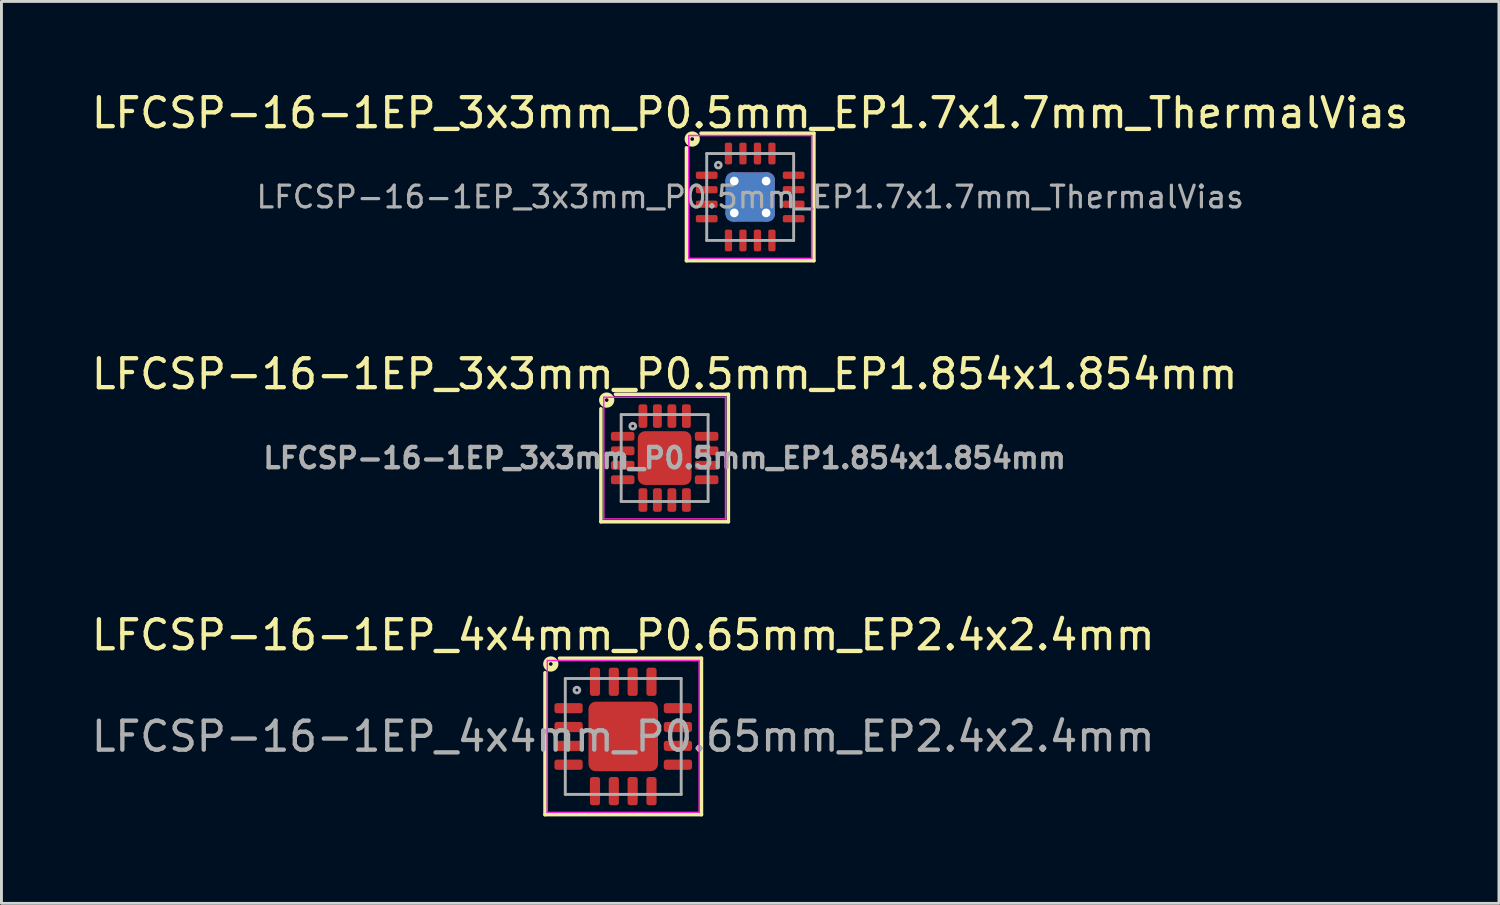
<source format=kicad_pcb>
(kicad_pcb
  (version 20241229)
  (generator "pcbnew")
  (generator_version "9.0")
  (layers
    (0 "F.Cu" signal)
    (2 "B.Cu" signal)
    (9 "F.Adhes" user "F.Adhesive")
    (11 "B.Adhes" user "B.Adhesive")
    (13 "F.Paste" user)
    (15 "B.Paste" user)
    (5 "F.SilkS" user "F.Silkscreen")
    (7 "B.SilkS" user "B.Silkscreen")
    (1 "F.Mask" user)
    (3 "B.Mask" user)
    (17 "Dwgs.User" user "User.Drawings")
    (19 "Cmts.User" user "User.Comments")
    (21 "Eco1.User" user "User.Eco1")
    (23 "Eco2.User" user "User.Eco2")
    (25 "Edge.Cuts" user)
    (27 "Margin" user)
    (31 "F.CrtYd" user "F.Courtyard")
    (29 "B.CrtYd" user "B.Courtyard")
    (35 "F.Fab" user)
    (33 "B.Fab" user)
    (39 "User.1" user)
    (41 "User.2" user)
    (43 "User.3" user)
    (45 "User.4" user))
  (footprint "LFCSP-16-1EP_3x3mm_P0.5mm_EP1.7x1.7mm_ThermalVias"
    (layer "F.Cu")
    (at 22.839 3.748)
    (property "Reference" "LFCSP-16-1EP_3x3mm_P0.5mm_EP1.7x1.7mm_ThermalVias" (at 0 -2.9 0) (layer "F.SilkS") (effects (font (size 1 1) (thickness 0.15))))
    (attr smd)
    (fp_line (start -2.2 2.2) (end -2.2 -1.7) (stroke (width 0.12) (type solid)) (layer "F.SilkS"))
    (fp_line (start 2.2 -2.2) (end -1.7 -2.2) (stroke (width 0.12) (type solid)) (layer "F.SilkS"))
    (fp_line (start 2.2 -2.2) (end 2.2 2.2) (stroke (width 0.12) (type solid)) (layer "F.SilkS"))
    (fp_line (start 2.2 2.2) (end -2.2 2.2) (stroke (width 0.12) (type solid)) (layer "F.SilkS"))
    (fp_circle (center -2 -2) (end -1.937 -2) (stroke (width 0.2) (type solid)) (fill no) (layer "F.SilkS"))
    (fp_line (start -2.12 -2.12) (end -2.12 2.12) (stroke (width 0.05) (type solid)) (layer "F.CrtYd"))
    (fp_line (start -2.12 2.12) (end 2.12 2.12) (stroke (width 0.05) (type solid)) (layer "F.CrtYd"))
    (fp_line (start 2.12 -2.12) (end -2.12 -2.12) (stroke (width 0.05) (type solid)) (layer "F.CrtYd"))
    (fp_line (start 2.12 2.12) (end 2.12 -2.12) (stroke (width 0.05) (type solid)) (layer "F.CrtYd"))
    (fp_line (start -1.5 -1.5) (end 1.5 -1.5) (stroke (width 0.1) (type solid)) (layer "F.Fab"))
    (fp_line (start -1.5 1.5) (end -1.5 -1.5) (stroke (width 0.1) (type solid)) (layer "F.Fab"))
    (fp_line (start 1.5 -1.5) (end 1.5 1.5) (stroke (width 0.1) (type solid)) (layer "F.Fab"))
    (fp_line (start 1.5 1.5) (end -1.5 1.5) (stroke (width 0.1) (type solid)) (layer "F.Fab"))
    (fp_circle (center -1.1 -1.1) (end -1 -1.1) (stroke (width 0.1) (type solid)) (fill no) (layer "F.Fab"))
    (fp_text user "${REFERENCE}" (at 0 0 0) (layer "F.Fab") (effects (font (size 0.75 0.75) (thickness 0.11))))
    (pad "" smd roundrect (at -0.425 -0.425) (size 0.74 0.74) (layers "F.Paste") (roundrect_rratio 0.25))
    (pad "" smd roundrect (at -0.425 0.425) (size 0.74 0.74) (layers "F.Paste") (roundrect_rratio 0.25))
    (pad "" smd roundrect (at 0.425 -0.425) (size 0.74 0.74) (layers "F.Paste") (roundrect_rratio 0.25))
    (pad "" smd roundrect (at 0.425 0.425) (size 0.74 0.74) (layers "F.Paste") (roundrect_rratio 0.25))
    (pad "1" smd roundrect (at -1.5 -0.75) (size 0.75 0.25) (layers "F.Cu" "F.Mask" "F.Paste") (roundrect_rratio 0.25))
    (pad "2" smd roundrect (at -1.5 -0.25) (size 0.75 0.25) (layers "F.Cu" "F.Mask" "F.Paste") (roundrect_rratio 0.25))
    (pad "3" smd roundrect (at -1.5 0.25) (size 0.75 0.25) (layers "F.Cu" "F.Mask" "F.Paste") (roundrect_rratio 0.25))
    (pad "4" smd roundrect (at -1.5 0.75) (size 0.75 0.25) (layers "F.Cu" "F.Mask" "F.Paste") (roundrect_rratio 0.25))
    (pad "5" smd roundrect (at -0.75 1.5) (size 0.25 0.75) (layers "F.Cu" "F.Mask" "F.Paste") (roundrect_rratio 0.25))
    (pad "6" smd roundrect (at -0.25 1.5) (size 0.25 0.75) (layers "F.Cu" "F.Mask" "F.Paste") (roundrect_rratio 0.25))
    (pad "7" smd roundrect (at 0.25 1.5) (size 0.25 0.75) (layers "F.Cu" "F.Mask" "F.Paste") (roundrect_rratio 0.25))
    (pad "8" smd roundrect (at 0.75 1.5) (size 0.25 0.75) (layers "F.Cu" "F.Mask" "F.Paste") (roundrect_rratio 0.25))
    (pad "9" smd roundrect (at 1.5 0.75) (size 0.75 0.25) (layers "F.Cu" "F.Mask" "F.Paste") (roundrect_rratio 0.25))
    (pad "10" smd roundrect (at 1.5 0.25) (size 0.75 0.25) (layers "F.Cu" "F.Mask" "F.Paste") (roundrect_rratio 0.25))
    (pad "11" smd roundrect (at 1.5 -0.25) (size 0.75 0.25) (layers "F.Cu" "F.Mask" "F.Paste") (roundrect_rratio 0.25))
    (pad "12" smd roundrect (at 1.5 -0.75) (size 0.75 0.25) (layers "F.Cu" "F.Mask" "F.Paste") (roundrect_rratio 0.25))
    (pad "13" smd roundrect (at 0.75 -1.5) (size 0.25 0.75) (layers "F.Cu" "F.Mask" "F.Paste") (roundrect_rratio 0.25))
    (pad "14" smd roundrect (at 0.25 -1.5) (size 0.25 0.75) (layers "F.Cu" "F.Mask" "F.Paste") (roundrect_rratio 0.25))
    (pad "15" smd roundrect (at -0.25 -1.5) (size 0.25 0.75) (layers "F.Cu" "F.Mask" "F.Paste") (roundrect_rratio 0.25))
    (pad "16" smd roundrect (at -0.75 -1.5) (size 0.25 0.75) (layers "F.Cu" "F.Mask" "F.Paste") (roundrect_rratio 0.25))
    (pad "17" thru_hole circle (at -0.55 -0.55) (size 0.6 0.6) (drill 0.3) (property pad_prop_heatsink) (layers "*.Cu"))
    (pad "17" thru_hole circle (at -0.55 0.55) (size 0.6 0.6) (drill 0.3) (property pad_prop_heatsink) (layers "*.Cu"))
    (pad "17" smd roundrect (at 0 0) (size 1.7 1.7) (layers "F.Cu" "F.Mask") (roundrect_rratio 0.147))
    (pad "17" smd roundrect (at 0 0) (size 1.7 1.7) (layers "B.Cu" "B.Mask") (roundrect_rratio 0.147))
    (pad "17" thru_hole circle (at 0.55 -0.55) (size 0.6 0.6) (drill 0.3) (property pad_prop_heatsink) (layers "*.Cu"))
    (pad "17" thru_hole circle (at 0.55 0.55) (size 0.6 0.6) (drill 0.3) (property pad_prop_heatsink) (layers "*.Cu")))
  (footprint "LFCSP-16-1EP_3x3mm_P0.5mm_EP1.854x1.854mm"
    (layer "F.Cu")
    (at 19.887 12.757)
    (property "Reference" "LFCSP-16-1EP_3x3mm_P0.5mm_EP1.854x1.854mm" (at 0 -2.9 0) (layer "F.SilkS") (effects (font (size 1 1) (thickness 0.15))))
    (attr smd)
    (fp_line (start -2.2 2.2) (end -2.2 -1.7) (stroke (width 0.12) (type solid)) (layer "F.SilkS"))
    (fp_line (start 2.2 -2.2) (end -1.7 -2.2) (stroke (width 0.12) (type solid)) (layer "F.SilkS"))
    (fp_line (start 2.2 -2.2) (end 2.2 2.2) (stroke (width 0.12) (type solid)) (layer "F.SilkS"))
    (fp_line (start 2.2 2.2) (end -2.2 2.2) (stroke (width 0.12) (type solid)) (layer "F.SilkS"))
    (fp_circle (center -2 -2) (end -1.937 -2) (stroke (width 0.2) (type solid)) (fill no) (layer "F.SilkS"))
    (fp_line (start -2.1 -2.1) (end -2.1 2.1) (stroke (width 0.05) (type solid)) (layer "F.CrtYd"))
    (fp_line (start -2.1 -2.1) (end 2.1 -2.1) (stroke (width 0.05) (type solid)) (layer "F.CrtYd"))
    (fp_line (start -2.1 2.1) (end 2.1 2.1) (stroke (width 0.05) (type solid)) (layer "F.CrtYd"))
    (fp_line (start 2.1 -2.1) (end 2.1 2.1) (stroke (width 0.05) (type solid)) (layer "F.CrtYd"))
    (fp_line (start -1.5 -1.5) (end 1.5 -1.5) (stroke (width 0.1) (type solid)) (layer "F.Fab"))
    (fp_line (start -1.5 1.5) (end -1.5 -1.5) (stroke (width 0.1) (type solid)) (layer "F.Fab"))
    (fp_line (start 1.5 -1.5) (end 1.5 1.5) (stroke (width 0.1) (type solid)) (layer "F.Fab"))
    (fp_line (start 1.5 1.5) (end -1.5 1.5) (stroke (width 0.1) (type solid)) (layer "F.Fab"))
    (fp_circle (center -1.1 -1.1) (end -1 -1.1) (stroke (width 0.1) (type solid)) (fill no) (layer "F.Fab"))
    (fp_text user "${REFERENCE}" (at 0 0 0) (layer "F.Fab") (effects (font (size 0.7 0.7) (thickness 0.15))))
    (pad "" smd roundrect (at -0.45 -0.45) (size 0.7 0.7) (layers "F.Paste") (roundrect_rratio 0.25))
    (pad "" smd roundrect (at -0.45 0.45) (size 0.7 0.7) (layers "F.Paste") (roundrect_rratio 0.25))
    (pad "" smd roundrect (at 0.45 -0.45) (size 0.7 0.7) (layers "F.Paste") (roundrect_rratio 0.25))
    (pad "" smd roundrect (at 0.45 0.45) (size 0.7 0.7) (layers "F.Paste") (roundrect_rratio 0.25))
    (pad "1" smd roundrect (at -1.448 -0.75) (size 0.813 0.305) (layers "F.Cu" "F.Mask" "F.Paste") (roundrect_rratio 0.25))
    (pad "2" smd roundrect (at -1.448 -0.25) (size 0.813 0.305) (layers "F.Cu" "F.Mask" "F.Paste") (roundrect_rratio 0.25))
    (pad "3" smd roundrect (at -1.448 0.25) (size 0.813 0.305) (layers "F.Cu" "F.Mask" "F.Paste") (roundrect_rratio 0.25))
    (pad "4" smd roundrect (at -1.448 0.75) (size 0.813 0.305) (layers "F.Cu" "F.Mask" "F.Paste") (roundrect_rratio 0.25))
    (pad "5" smd roundrect (at -0.75 1.448) (size 0.305 0.813) (layers "F.Cu" "F.Mask" "F.Paste") (roundrect_rratio 0.25))
    (pad "6" smd roundrect (at -0.25 1.448) (size 0.305 0.813) (layers "F.Cu" "F.Mask" "F.Paste") (roundrect_rratio 0.25))
    (pad "7" smd roundrect (at 0.25 1.448) (size 0.305 0.813) (layers "F.Cu" "F.Mask" "F.Paste") (roundrect_rratio 0.25))
    (pad "8" smd roundrect (at 0.75 1.448) (size 0.305 0.813) (layers "F.Cu" "F.Mask" "F.Paste") (roundrect_rratio 0.25))
    (pad "9" smd roundrect (at 1.448 0.75) (size 0.813 0.305) (layers "F.Cu" "F.Mask" "F.Paste") (roundrect_rratio 0.25))
    (pad "10" smd roundrect (at 1.448 0.25) (size 0.813 0.305) (layers "F.Cu" "F.Mask" "F.Paste") (roundrect_rratio 0.25))
    (pad "11" smd roundrect (at 1.448 -0.25) (size 0.813 0.305) (layers "F.Cu" "F.Mask" "F.Paste") (roundrect_rratio 0.25))
    (pad "12" smd roundrect (at 1.448 -0.75) (size 0.813 0.305) (layers "F.Cu" "F.Mask" "F.Paste") (roundrect_rratio 0.25))
    (pad "13" smd roundrect (at 0.75 -1.448) (size 0.305 0.813) (layers "F.Cu" "F.Mask" "F.Paste") (roundrect_rratio 0.25))
    (pad "14" smd roundrect (at 0.25 -1.448) (size 0.305 0.813) (layers "F.Cu" "F.Mask" "F.Paste") (roundrect_rratio 0.25))
    (pad "15" smd roundrect (at -0.25 -1.448) (size 0.305 0.813) (layers "F.Cu" "F.Mask" "F.Paste") (roundrect_rratio 0.25))
    (pad "16" smd roundrect (at -0.75 -1.448) (size 0.305 0.813) (layers "F.Cu" "F.Mask" "F.Paste") (roundrect_rratio 0.25))
    (pad "17" smd roundrect (at 0 0) (size 1.854 1.854) (layers "F.Cu" "F.Mask") (roundrect_rratio 0.135)))
  (footprint "LFCSP-16-1EP_4x4mm_P0.65mm_EP2.4x2.4mm"
    (layer "F.Cu")
    (at 18.458 22.365)
    (property "Reference" "LFCSP-16-1EP_4x4mm_P0.65mm_EP2.4x2.4mm" (at 0 -3.5 0) (layer "F.SilkS") (effects (font (size 1 1) (thickness 0.15))))
    (attr smd)
    (fp_line (start -2.7 2.7) (end -2.7 -2.2) (stroke (width 0.12) (type solid)) (layer "F.SilkS"))
    (fp_line (start 2.7 -2.7) (end -2.2 -2.7) (stroke (width 0.12) (type solid)) (layer "F.SilkS"))
    (fp_line (start 2.7 -2.7) (end 2.7 2.7) (stroke (width 0.12) (type solid)) (layer "F.SilkS"))
    (fp_line (start 2.7 2.7) (end -2.7 2.7) (stroke (width 0.12) (type solid)) (layer "F.SilkS"))
    (fp_circle (center -2.5 -2.5) (end -2.437 -2.5) (stroke (width 0.2) (type solid)) (fill no) (layer "F.SilkS"))
    (fp_line (start -2.62 -2.62) (end -2.62 2.62) (stroke (width 0.05) (type solid)) (layer "F.CrtYd"))
    (fp_line (start -2.62 2.62) (end 2.62 2.62) (stroke (width 0.05) (type solid)) (layer "F.CrtYd"))
    (fp_line (start 2.62 -2.62) (end -2.62 -2.62) (stroke (width 0.05) (type solid)) (layer "F.CrtYd"))
    (fp_line (start 2.62 2.62) (end 2.62 -2.62) (stroke (width 0.05) (type solid)) (layer "F.CrtYd"))
    (fp_line (start -2 -2) (end 2 -2) (stroke (width 0.1) (type solid)) (layer "F.Fab"))
    (fp_line (start -2 2) (end -2 -2) (stroke (width 0.1) (type solid)) (layer "F.Fab"))
    (fp_line (start 2 -2) (end 2 2) (stroke (width 0.1) (type solid)) (layer "F.Fab"))
    (fp_line (start 2 2) (end -2 2) (stroke (width 0.1) (type solid)) (layer "F.Fab"))
    (fp_circle (center -1.6 -1.6) (end -1.5 -1.6) (stroke (width 0.1) (type solid)) (fill no) (layer "F.Fab"))
    (fp_text user "${REFERENCE}" (at 0 0 0) (layer "F.Fab") (effects (font (size 1 1) (thickness 0.15))))
    (pad "" smd roundrect (at -0.6 -0.6) (size 0.97 0.97) (layers "F.Paste") (roundrect_rratio 0.25))
    (pad "" smd roundrect (at -0.6 0.6) (size 0.97 0.97) (layers "F.Paste") (roundrect_rratio 0.25))
    (pad "" smd roundrect (at 0.6 -0.6) (size 0.97 0.97) (layers "F.Paste") (roundrect_rratio 0.25))
    (pad "" smd roundrect (at 0.6 0.6) (size 0.97 0.97) (layers "F.Paste") (roundrect_rratio 0.25))
    (pad "1" smd roundrect (at -1.887 -0.975) (size 0.975 0.35) (layers "F.Cu" "F.Mask" "F.Paste") (roundrect_rratio 0.25))
    (pad "2" smd roundrect (at -1.887 -0.325) (size 0.975 0.35) (layers "F.Cu" "F.Mask" "F.Paste") (roundrect_rratio 0.25))
    (pad "3" smd roundrect (at -1.887 0.325) (size 0.975 0.35) (layers "F.Cu" "F.Mask" "F.Paste") (roundrect_rratio 0.25))
    (pad "4" smd roundrect (at -1.887 0.975) (size 0.975 0.35) (layers "F.Cu" "F.Mask" "F.Paste") (roundrect_rratio 0.25))
    (pad "5" smd roundrect (at -0.975 1.887) (size 0.35 0.975) (layers "F.Cu" "F.Mask" "F.Paste") (roundrect_rratio 0.25))
    (pad "6" smd roundrect (at -0.325 1.887) (size 0.35 0.975) (layers "F.Cu" "F.Mask" "F.Paste") (roundrect_rratio 0.25))
    (pad "7" smd roundrect (at 0.325 1.887) (size 0.35 0.975) (layers "F.Cu" "F.Mask" "F.Paste") (roundrect_rratio 0.25))
    (pad "8" smd roundrect (at 0.975 1.887) (size 0.35 0.975) (layers "F.Cu" "F.Mask" "F.Paste") (roundrect_rratio 0.25))
    (pad "9" smd roundrect (at 1.887 0.975) (size 0.975 0.35) (layers "F.Cu" "F.Mask" "F.Paste") (roundrect_rratio 0.25))
    (pad "10" smd roundrect (at 1.887 0.325) (size 0.975 0.35) (layers "F.Cu" "F.Mask" "F.Paste") (roundrect_rratio 0.25))
    (pad "11" smd roundrect (at 1.887 -0.325) (size 0.975 0.35) (layers "F.Cu" "F.Mask" "F.Paste") (roundrect_rratio 0.25))
    (pad "12" smd roundrect (at 1.887 -0.975) (size 0.975 0.35) (layers "F.Cu" "F.Mask" "F.Paste") (roundrect_rratio 0.25))
    (pad "13" smd roundrect (at 0.975 -1.887) (size 0.35 0.975) (layers "F.Cu" "F.Mask" "F.Paste") (roundrect_rratio 0.25))
    (pad "14" smd roundrect (at 0.325 -1.887) (size 0.35 0.975) (layers "F.Cu" "F.Mask" "F.Paste") (roundrect_rratio 0.25))
    (pad "15" smd roundrect (at -0.325 -1.887) (size 0.35 0.975) (layers "F.Cu" "F.Mask" "F.Paste") (roundrect_rratio 0.25))
    (pad "16" smd roundrect (at -0.975 -1.887) (size 0.35 0.975) (layers "F.Cu" "F.Mask" "F.Paste") (roundrect_rratio 0.25))
    (pad "17" smd roundrect (at 0 0) (size 2.4 2.4) (layers "F.Cu" "F.Mask") (roundrect_rratio 0.104)))
  (gr_rect
    (start -3 -3)
    (end 48.679 28.125)
    (stroke (width 0.1) (type default))
    (fill no)
    (layer "Edge.Cuts")))
</source>
